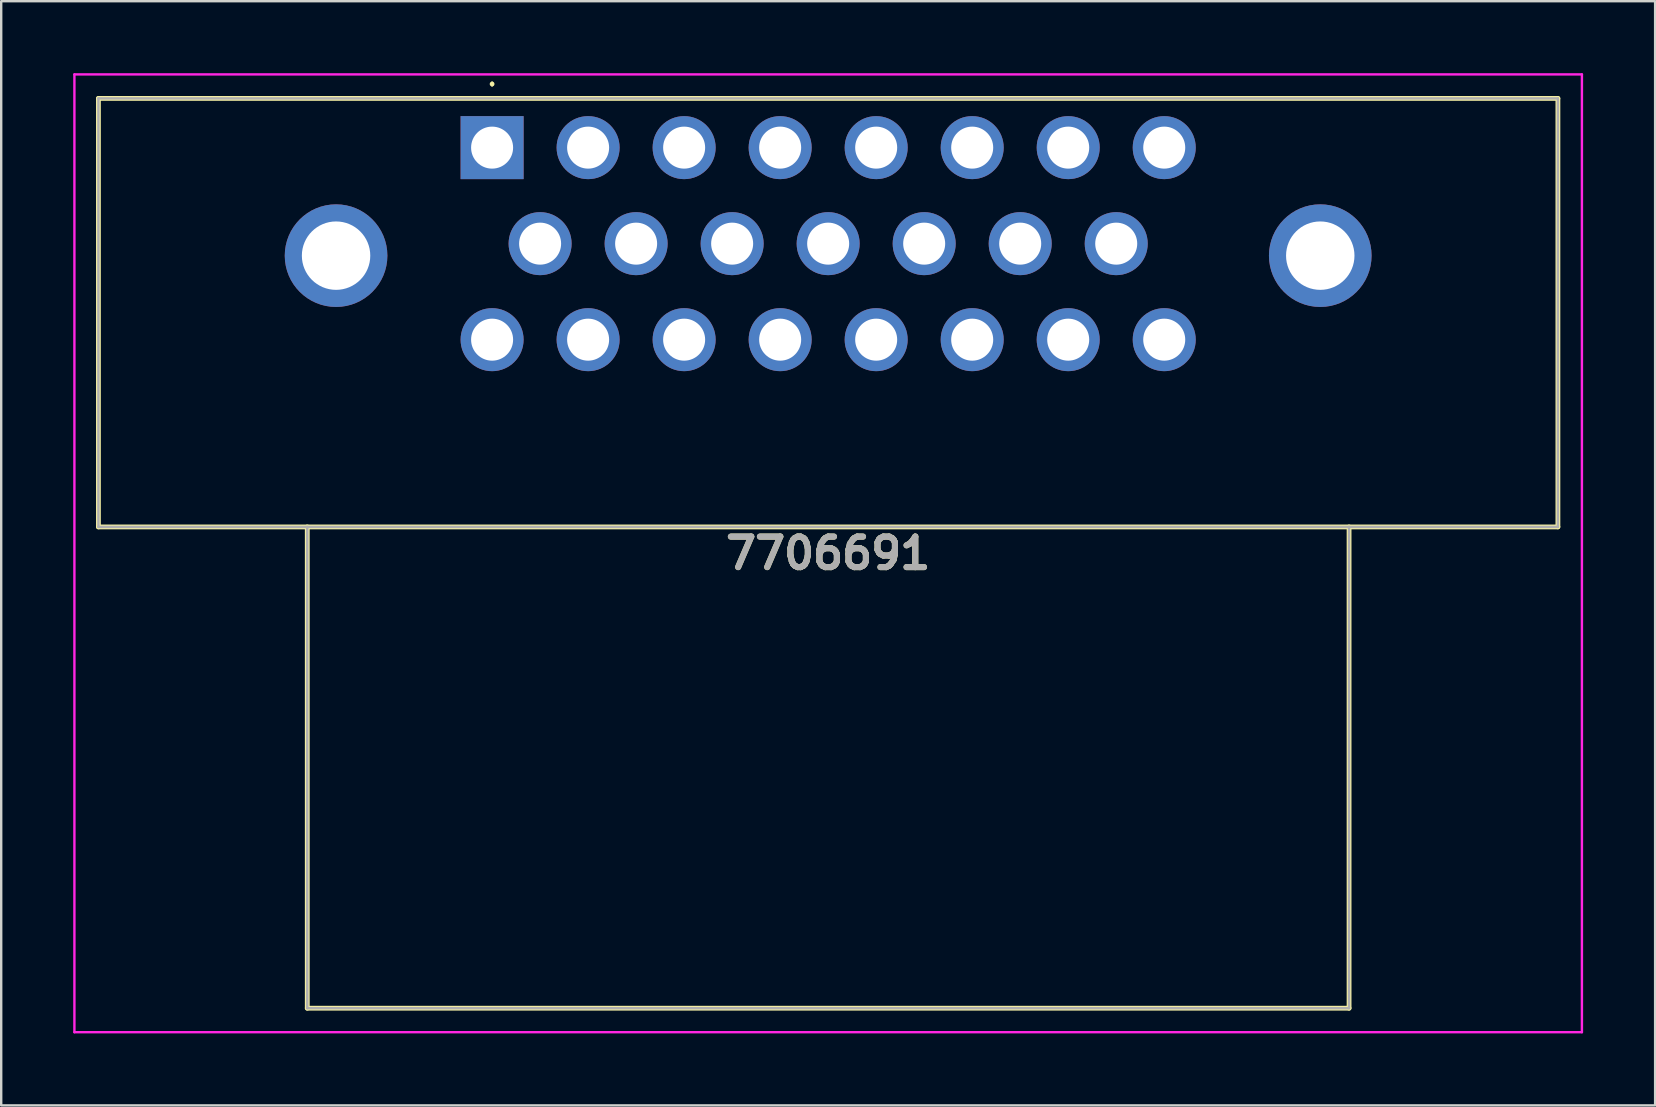
<source format=kicad_pcb>
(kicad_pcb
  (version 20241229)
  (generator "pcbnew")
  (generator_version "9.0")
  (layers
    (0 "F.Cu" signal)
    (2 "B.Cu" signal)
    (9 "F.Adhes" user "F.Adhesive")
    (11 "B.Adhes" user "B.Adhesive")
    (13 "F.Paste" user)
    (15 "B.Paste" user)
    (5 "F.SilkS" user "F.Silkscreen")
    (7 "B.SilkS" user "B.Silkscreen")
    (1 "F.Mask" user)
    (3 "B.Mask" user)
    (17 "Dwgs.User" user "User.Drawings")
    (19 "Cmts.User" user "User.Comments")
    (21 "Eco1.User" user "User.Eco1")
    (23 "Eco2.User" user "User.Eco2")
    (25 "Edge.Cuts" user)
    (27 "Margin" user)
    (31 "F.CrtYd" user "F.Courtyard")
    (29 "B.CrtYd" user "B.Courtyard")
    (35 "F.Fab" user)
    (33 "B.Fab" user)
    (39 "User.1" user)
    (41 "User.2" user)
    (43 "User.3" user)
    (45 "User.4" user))
  (footprint "7706691"
    (layer "F.Cu")
    (at 17.45 3.1)
    (property "Reference" "7706691" (at 14 16.9 0) (layer "F.SilkS") (effects (font (size 1.27 1.27) (thickness 0.254))))
    (attr through_hole)
    (fp_line (start -16.4 -2.05) (end 44.4 -2.05) (stroke (width 0.2) (type solid)) (layer "F.SilkS"))
    (fp_line (start -16.4 15.8) (end -16.4 -2.05) (stroke (width 0.2) (type solid)) (layer "F.SilkS"))
    (fp_line (start -7.7 15.8) (end -7.7 35.85) (stroke (width 0.2) (type solid)) (layer "F.SilkS"))
    (fp_line (start -7.7 35.85) (end 35.7 35.85) (stroke (width 0.2) (type solid)) (layer "F.SilkS"))
    (fp_line (start 0 -2.7) (end 0 -2.7) (stroke (width 0.1) (type solid)) (layer "F.SilkS"))
    (fp_line (start 0 -2.6) (end 0 -2.6) (stroke (width 0.1) (type solid)) (layer "F.SilkS"))
    (fp_line (start 35.7 35.85) (end 35.7 15.8) (stroke (width 0.2) (type solid)) (layer "F.SilkS"))
    (fp_line (start 44.4 -2.05) (end 44.4 15.8) (stroke (width 0.2) (type solid)) (layer "F.SilkS"))
    (fp_line (start 44.4 15.8) (end -16.4 15.8) (stroke (width 0.2) (type solid)) (layer "F.SilkS"))
    (fp_arc (start 0 -2.7) (mid 0.05 -2.65) (end 0 -2.6) (stroke (width 0.1) (type solid)) (layer "F.SilkS"))
    (fp_arc (start 0 -2.6) (mid -0.05 -2.65) (end 0 -2.7) (stroke (width 0.1) (type solid)) (layer "F.SilkS"))
    (fp_line (start -17.4 -3.05) (end 45.4 -3.05) (stroke (width 0.1) (type solid)) (layer "F.CrtYd"))
    (fp_line (start -17.4 36.85) (end -17.4 -3.05) (stroke (width 0.1) (type solid)) (layer "F.CrtYd"))
    (fp_line (start 45.4 -3.05) (end 45.4 36.85) (stroke (width 0.1) (type solid)) (layer "F.CrtYd"))
    (fp_line (start 45.4 36.85) (end -17.4 36.85) (stroke (width 0.1) (type solid)) (layer "F.CrtYd"))
    (fp_line (start -16.4 -2.05) (end 44.4 -2.05) (stroke (width 0.1) (type solid)) (layer "F.Fab"))
    (fp_line (start -16.4 15.8) (end -16.4 -2.05) (stroke (width 0.1) (type solid)) (layer "F.Fab"))
    (fp_line (start -7.7 15.8) (end -7.7 35.85) (stroke (width 0.1) (type solid)) (layer "F.Fab"))
    (fp_line (start -7.7 35.85) (end 35.7 35.85) (stroke (width 0.1) (type solid)) (layer "F.Fab"))
    (fp_line (start 35.7 35.85) (end 35.7 15.8) (stroke (width 0.1) (type solid)) (layer "F.Fab"))
    (fp_line (start 44.4 -2.05) (end 44.4 15.8) (stroke (width 0.1) (type solid)) (layer "F.Fab"))
    (fp_line (start 44.4 15.8) (end -16.4 15.8) (stroke (width 0.1) (type solid)) (layer "F.Fab"))
    (fp_text user "${REFERENCE}" (at 14 16.9 0) (layer "F.Fab") (effects (font (size 1.27 1.27) (thickness 0.254))))
    (pad "1" thru_hole rect (at 0 0) (size 2.625 2.625) (drill 1.75) (layers "*.Cu" "*.Mask"))
    (pad "2" thru_hole circle (at 4 0) (size 2.625 2.625) (drill 1.75) (layers "*.Cu" "*.Mask"))
    (pad "3" thru_hole circle (at 8 0) (size 2.625 2.625) (drill 1.75) (layers "*.Cu" "*.Mask"))
    (pad "4" thru_hole circle (at 12 0) (size 2.625 2.625) (drill 1.75) (layers "*.Cu" "*.Mask"))
    (pad "5" thru_hole circle (at 16 0) (size 2.625 2.625) (drill 1.75) (layers "*.Cu" "*.Mask"))
    (pad "6" thru_hole circle (at 20 0) (size 2.625 2.625) (drill 1.75) (layers "*.Cu" "*.Mask"))
    (pad "7" thru_hole circle (at 24 0) (size 2.625 2.625) (drill 1.75) (layers "*.Cu" "*.Mask"))
    (pad "8" thru_hole circle (at 28 0) (size 2.625 2.625) (drill 1.75) (layers "*.Cu" "*.Mask"))
    (pad "9" thru_hole circle (at 2 4) (size 2.625 2.625) (drill 1.75) (layers "*.Cu" "*.Mask"))
    (pad "10" thru_hole circle (at 6 4) (size 2.625 2.625) (drill 1.75) (layers "*.Cu" "*.Mask"))
    (pad "11" thru_hole circle (at 10 4) (size 2.625 2.625) (drill 1.75) (layers "*.Cu" "*.Mask"))
    (pad "12" thru_hole circle (at 14 4) (size 2.625 2.625) (drill 1.75) (layers "*.Cu" "*.Mask"))
    (pad "13" thru_hole circle (at 18 4) (size 2.625 2.625) (drill 1.75) (layers "*.Cu" "*.Mask"))
    (pad "14" thru_hole circle (at 22 4) (size 2.625 2.625) (drill 1.75) (layers "*.Cu" "*.Mask"))
    (pad "15" thru_hole circle (at 26 4) (size 2.625 2.625) (drill 1.75) (layers "*.Cu" "*.Mask"))
    (pad "16" thru_hole circle (at 0 8) (size 2.625 2.625) (drill 1.75) (layers "*.Cu" "*.Mask"))
    (pad "17" thru_hole circle (at 4 8) (size 2.625 2.625) (drill 1.75) (layers "*.Cu" "*.Mask"))
    (pad "18" thru_hole circle (at 8 8) (size 2.625 2.625) (drill 1.75) (layers "*.Cu" "*.Mask"))
    (pad "19" thru_hole circle (at 12 8) (size 2.625 2.625) (drill 1.75) (layers "*.Cu" "*.Mask"))
    (pad "20" thru_hole circle (at 16 8) (size 2.625 2.625) (drill 1.75) (layers "*.Cu" "*.Mask"))
    (pad "21" thru_hole circle (at 20 8) (size 2.625 2.625) (drill 1.75) (layers "*.Cu" "*.Mask"))
    (pad "22" thru_hole circle (at 24 8) (size 2.625 2.625) (drill 1.75) (layers "*.Cu" "*.Mask"))
    (pad "23" thru_hole circle (at 28 8) (size 2.625 2.625) (drill 1.75) (layers "*.Cu" "*.Mask"))
    (pad "MH1" thru_hole circle (at -6.5 4.5) (size 4.275 4.275) (drill 2.85) (layers "*.Cu" "*.Mask"))
    (pad "MH2" thru_hole circle (at 34.5 4.5) (size 4.275 4.275) (drill 2.85) (layers "*.Cu" "*.Mask")))
  (gr_rect
    (start -3 -3)
    (end 65.9 43)
    (stroke (width 0.1) (type default))
    (fill no)
    (layer "Edge.Cuts")))
</source>
